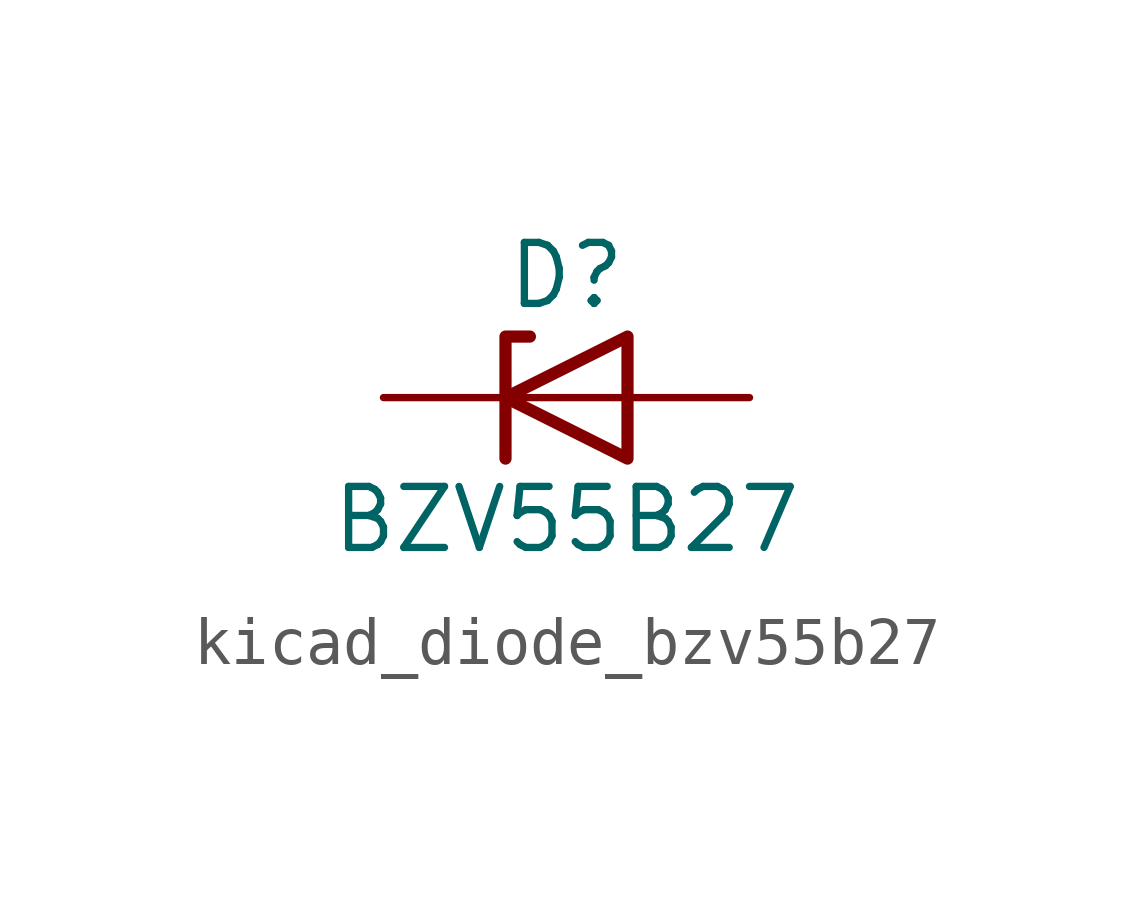
<source format=kicad_sym>
(kicad_symbol_lib
  (version 20220914)
  (generator kicad_symbol_editor)
  (symbol "kicad_diode_bzv55b27"
    (pin_numbers hide)
    (pin_names hide)
    (property "Reference" "D"
      (at 0 2.54 0)
      (effects (font (size 1.27 1.27))))
    (property "Value" "BZV55B27"
      (at 0 -2.54 0)
      (effects (font (size 1.27 1.27))))
    (symbol "kicad_diode_bzv55b27_0_1"
      (polyline (pts (xy 1.27 0) (xy -1.27 0)) (stroke (width 0) (type default)) (fill (type none)))
      (polyline (pts (xy -1.27 -1.27) (xy -1.27 1.27) (xy -0.762 1.27)) (stroke (width 0.254) (type default)) (fill (type none)))
      (polyline (pts (xy 1.27 -1.27) (xy 1.27 1.27) (xy -1.27 0) (xy 1.27 -1.27)) (stroke (width 0.254) (type default)) (fill (type none))))
    (symbol "kicad_diode_bzv55b27_1_1"
      (pin passive line (at -3.81 0 0) (length 2.54) (name "K" (effects (font (size 1.27 1.27)))) (number "1" (effects (font (size 1.27 1.27)))))
      (pin passive line (at 3.81 0 180) (length 2.54) (name "A" (effects (font (size 1.27 1.27)))) (number "2" (effects (font (size 1.27 1.27))))))))
</source>
